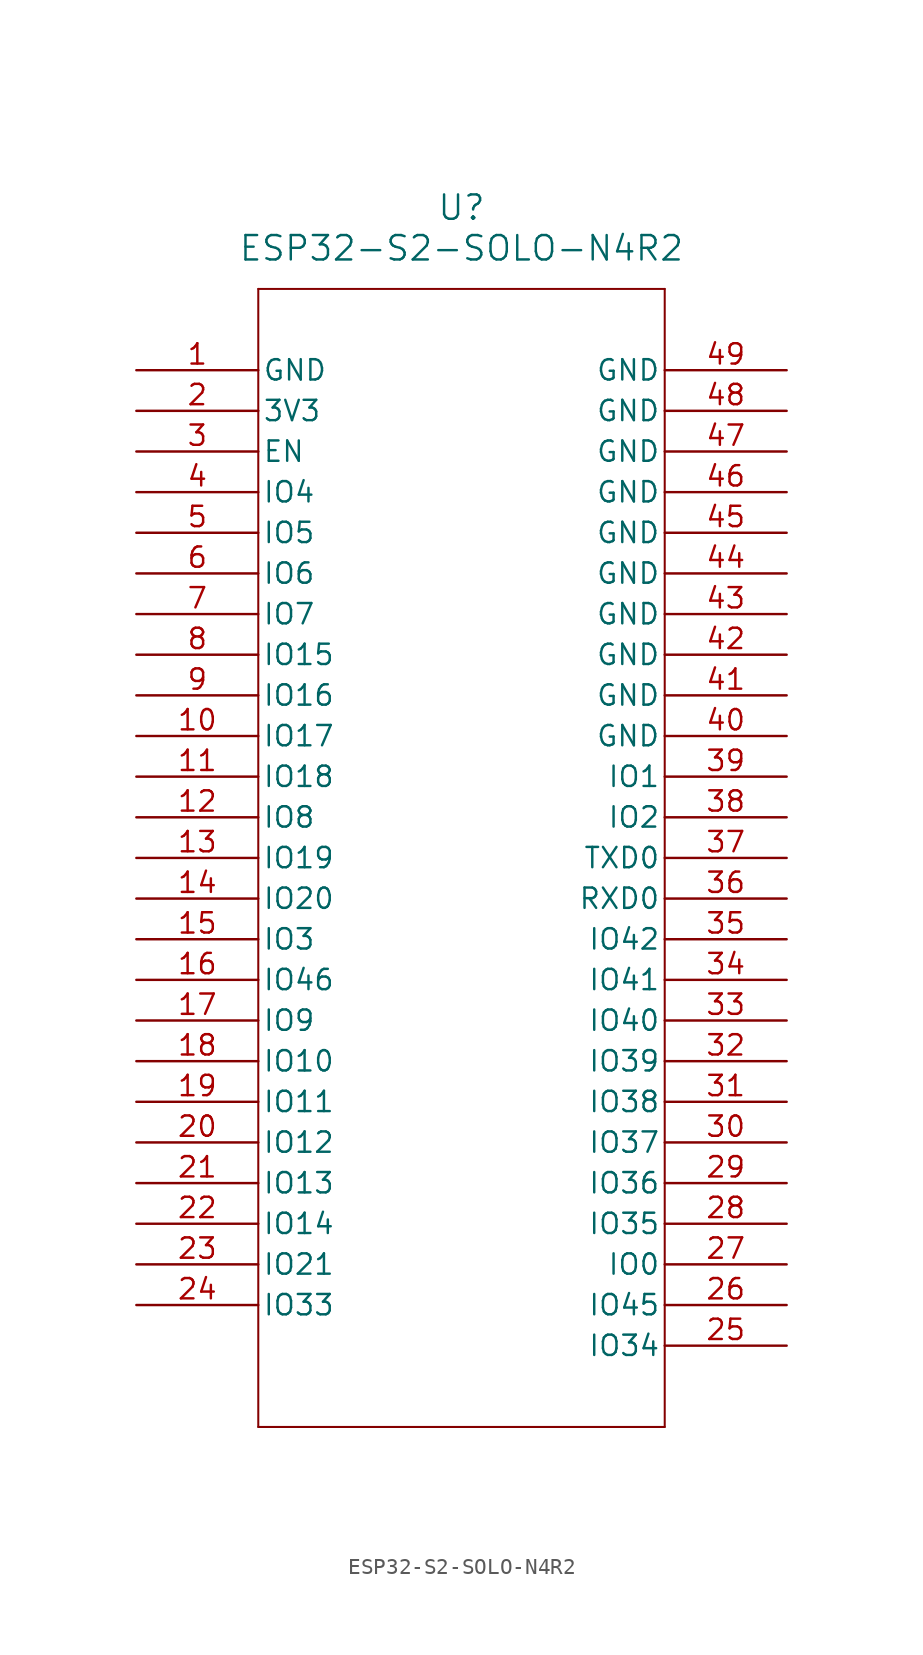
<source format=kicad_sym>
(kicad_symbol_lib
  (version 20231120)
  (generator "kicad_symbol_editor")
  (generator_version "8.0")
  (symbol "ESP32-S2-SOLO-N4R2"
    (pin_names
      (offset 0.254))
    (property "Reference" "U"
      (at 20.32 10.16 0)
      (effects (font (size 1.524 1.524))))
    (property "Value" "ESP32-S2-SOLO-N4R2"
      (at 20.32 7.62 0)
      (effects (font (size 1.524 1.524))))
    (property "ki_locked" ""
      (at 0 0 0)
      (effects (font (size 1.27 1.27))))
    (symbol "ESP32-S2-SOLO-N4R2_0_1"
      (polyline (pts (xy 7.62 -66.04) (xy 33.02 -66.04)) (stroke (width 0.127) (type default)) (fill (type none)))
      (polyline (pts (xy 7.62 5.08) (xy 7.62 -66.04)) (stroke (width 0.127) (type default)) (fill (type none)))
      (polyline (pts (xy 33.02 -66.04) (xy 33.02 5.08)) (stroke (width 0.127) (type default)) (fill (type none)))
      (polyline (pts (xy 33.02 5.08) (xy 7.62 5.08)) (stroke (width 0.127) (type default)) (fill (type none)))
      (pin power_out line (at 0 0 0) (length 7.62) (name "GND" (effects (font (size 1.27 1.27)))) (number "1" (effects (font (size 1.27 1.27)))))
      (pin bidirectional line (at 0 -22.86 0) (length 7.62) (name "IO17" (effects (font (size 1.27 1.27)))) (number "10" (effects (font (size 1.27 1.27)))))
      (pin bidirectional line (at 0 -25.4 0) (length 7.62) (name "IO18" (effects (font (size 1.27 1.27)))) (number "11" (effects (font (size 1.27 1.27)))))
      (pin bidirectional line (at 0 -27.94 0) (length 7.62) (name "IO8" (effects (font (size 1.27 1.27)))) (number "12" (effects (font (size 1.27 1.27)))))
      (pin bidirectional line (at 0 -30.48 0) (length 7.62) (name "IO19" (effects (font (size 1.27 1.27)))) (number "13" (effects (font (size 1.27 1.27)))))
      (pin bidirectional line (at 0 -33.02 0) (length 7.62) (name "IO20" (effects (font (size 1.27 1.27)))) (number "14" (effects (font (size 1.27 1.27)))))
      (pin bidirectional line (at 0 -35.56 0) (length 7.62) (name "IO3" (effects (font (size 1.27 1.27)))) (number "15" (effects (font (size 1.27 1.27)))))
      (pin input line (at 0 -38.1 0) (length 7.62) (name "IO46" (effects (font (size 1.27 1.27)))) (number "16" (effects (font (size 1.27 1.27)))))
      (pin bidirectional line (at 0 -40.64 0) (length 7.62) (name "IO9" (effects (font (size 1.27 1.27)))) (number "17" (effects (font (size 1.27 1.27)))))
      (pin bidirectional line (at 0 -43.18 0) (length 7.62) (name "IO10" (effects (font (size 1.27 1.27)))) (number "18" (effects (font (size 1.27 1.27)))))
      (pin bidirectional line (at 0 -45.72 0) (length 7.62) (name "IO11" (effects (font (size 1.27 1.27)))) (number "19" (effects (font (size 1.27 1.27)))))
      (pin power_in line (at 0 -2.54 0) (length 7.62) (name "3V3" (effects (font (size 1.27 1.27)))) (number "2" (effects (font (size 1.27 1.27)))))
      (pin bidirectional line (at 0 -48.26 0) (length 7.62) (name "IO12" (effects (font (size 1.27 1.27)))) (number "20" (effects (font (size 1.27 1.27)))))
      (pin bidirectional line (at 0 -50.8 0) (length 7.62) (name "IO13" (effects (font (size 1.27 1.27)))) (number "21" (effects (font (size 1.27 1.27)))))
      (pin bidirectional line (at 0 -53.34 0) (length 7.62) (name "IO14" (effects (font (size 1.27 1.27)))) (number "22" (effects (font (size 1.27 1.27)))))
      (pin bidirectional line (at 0 -55.88 0) (length 7.62) (name "IO21" (effects (font (size 1.27 1.27)))) (number "23" (effects (font (size 1.27 1.27)))))
      (pin bidirectional line (at 0 -58.42 0) (length 7.62) (name "IO33" (effects (font (size 1.27 1.27)))) (number "24" (effects (font (size 1.27 1.27)))))
      (pin bidirectional line (at 40.64 -60.96 180) (length 7.62) (name "IO34" (effects (font (size 1.27 1.27)))) (number "25" (effects (font (size 1.27 1.27)))))
      (pin bidirectional line (at 40.64 -58.42 180) (length 7.62) (name "IO45" (effects (font (size 1.27 1.27)))) (number "26" (effects (font (size 1.27 1.27)))))
      (pin bidirectional line (at 40.64 -55.88 180) (length 7.62) (name "IO0" (effects (font (size 1.27 1.27)))) (number "27" (effects (font (size 1.27 1.27)))))
      (pin bidirectional line (at 40.64 -53.34 180) (length 7.62) (name "IO35" (effects (font (size 1.27 1.27)))) (number "28" (effects (font (size 1.27 1.27)))))
      (pin bidirectional line (at 40.64 -50.8 180) (length 7.62) (name "IO36" (effects (font (size 1.27 1.27)))) (number "29" (effects (font (size 1.27 1.27)))))
      (pin input line (at 0 -5.08 0) (length 7.62) (name "EN" (effects (font (size 1.27 1.27)))) (number "3" (effects (font (size 1.27 1.27)))))
      (pin bidirectional line (at 40.64 -48.26 180) (length 7.62) (name "IO37" (effects (font (size 1.27 1.27)))) (number "30" (effects (font (size 1.27 1.27)))))
      (pin bidirectional line (at 40.64 -45.72 180) (length 7.62) (name "IO38" (effects (font (size 1.27 1.27)))) (number "31" (effects (font (size 1.27 1.27)))))
      (pin bidirectional line (at 40.64 -43.18 180) (length 7.62) (name "IO39" (effects (font (size 1.27 1.27)))) (number "32" (effects (font (size 1.27 1.27)))))
      (pin bidirectional line (at 40.64 -40.64 180) (length 7.62) (name "IO40" (effects (font (size 1.27 1.27)))) (number "33" (effects (font (size 1.27 1.27)))))
      (pin bidirectional line (at 40.64 -38.1 180) (length 7.62) (name "IO41" (effects (font (size 1.27 1.27)))) (number "34" (effects (font (size 1.27 1.27)))))
      (pin bidirectional line (at 40.64 -35.56 180) (length 7.62) (name "IO42" (effects (font (size 1.27 1.27)))) (number "35" (effects (font (size 1.27 1.27)))))
      (pin bidirectional line (at 40.64 -33.02 180) (length 7.62) (name "RXD0" (effects (font (size 1.27 1.27)))) (number "36" (effects (font (size 1.27 1.27)))))
      (pin bidirectional line (at 40.64 -30.48 180) (length 7.62) (name "TXD0" (effects (font (size 1.27 1.27)))) (number "37" (effects (font (size 1.27 1.27)))))
      (pin bidirectional line (at 40.64 -27.94 180) (length 7.62) (name "IO2" (effects (font (size 1.27 1.27)))) (number "38" (effects (font (size 1.27 1.27)))))
      (pin bidirectional line (at 40.64 -25.4 180) (length 7.62) (name "IO1" (effects (font (size 1.27 1.27)))) (number "39" (effects (font (size 1.27 1.27)))))
      (pin bidirectional line (at 0 -7.62 0) (length 7.62) (name "IO4" (effects (font (size 1.27 1.27)))) (number "4" (effects (font (size 1.27 1.27)))))
      (pin power_out line (at 40.64 -22.86 180) (length 7.62) (name "GND" (effects (font (size 1.27 1.27)))) (number "40" (effects (font (size 1.27 1.27)))))
      (pin power_out line (at 40.64 -20.32 180) (length 7.62) (name "GND" (effects (font (size 1.27 1.27)))) (number "41" (effects (font (size 1.27 1.27)))))
      (pin power_out line (at 40.64 -17.78 180) (length 7.62) (name "GND" (effects (font (size 1.27 1.27)))) (number "42" (effects (font (size 1.27 1.27)))))
      (pin power_out line (at 40.64 -15.24 180) (length 7.62) (name "GND" (effects (font (size 1.27 1.27)))) (number "43" (effects (font (size 1.27 1.27)))))
      (pin power_out line (at 40.64 -12.7 180) (length 7.62) (name "GND" (effects (font (size 1.27 1.27)))) (number "44" (effects (font (size 1.27 1.27)))))
      (pin power_out line (at 40.64 -10.16 180) (length 7.62) (name "GND" (effects (font (size 1.27 1.27)))) (number "45" (effects (font (size 1.27 1.27)))))
      (pin power_out line (at 40.64 -7.62 180) (length 7.62) (name "GND" (effects (font (size 1.27 1.27)))) (number "46" (effects (font (size 1.27 1.27)))))
      (pin power_out line (at 40.64 -5.08 180) (length 7.62) (name "GND" (effects (font (size 1.27 1.27)))) (number "47" (effects (font (size 1.27 1.27)))))
      (pin power_out line (at 40.64 -2.54 180) (length 7.62) (name "GND" (effects (font (size 1.27 1.27)))) (number "48" (effects (font (size 1.27 1.27)))))
      (pin power_out line (at 40.64 0 180) (length 7.62) (name "GND" (effects (font (size 1.27 1.27)))) (number "49" (effects (font (size 1.27 1.27)))))
      (pin bidirectional line (at 0 -10.16 0) (length 7.62) (name "IO5" (effects (font (size 1.27 1.27)))) (number "5" (effects (font (size 1.27 1.27)))))
      (pin bidirectional line (at 0 -12.7 0) (length 7.62) (name "IO6" (effects (font (size 1.27 1.27)))) (number "6" (effects (font (size 1.27 1.27)))))
      (pin bidirectional line (at 0 -15.24 0) (length 7.62) (name "IO7" (effects (font (size 1.27 1.27)))) (number "7" (effects (font (size 1.27 1.27)))))
      (pin bidirectional line (at 0 -17.78 0) (length 7.62) (name "IO15" (effects (font (size 1.27 1.27)))) (number "8" (effects (font (size 1.27 1.27)))))
      (pin bidirectional line (at 0 -20.32 0) (length 7.62) (name "IO16" (effects (font (size 1.27 1.27)))) (number "9" (effects (font (size 1.27 1.27))))))))
</source>
